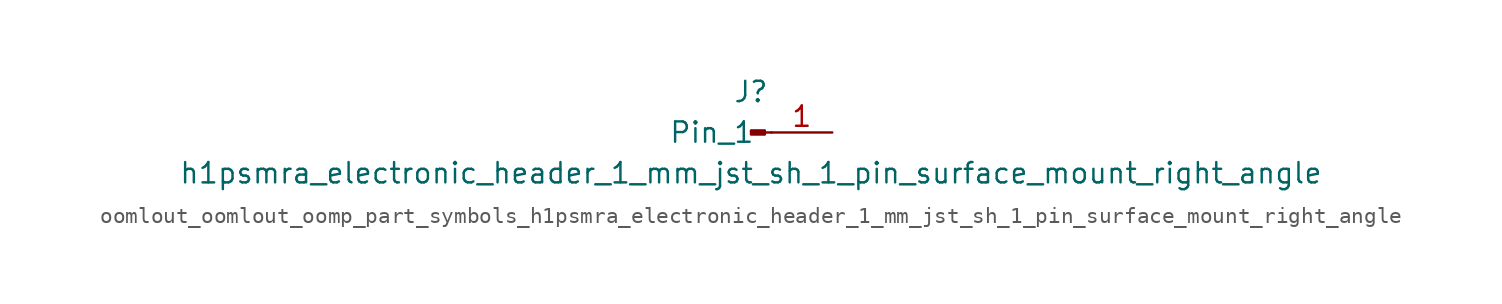
<source format=kicad_sym>
(kicad_symbol_lib
  (version 20220914)
  (generator kicad_symbol_editor)
  (symbol "oomlout_oomlout_oomp_part_symbols_h1psmra_electronic_header_1_mm_jst_sh_1_pin_surface_mount_right_angle"
    (pin_names
      (offset 1.016))
    (property "Reference" "J"
      (at 0 2.54 0)
      (effects (font (size 1.27 1.27))))
    (property "Value" "h1psmra_electronic_header_1_mm_jst_sh_1_pin_surface_mount_right_angle"
      (at 0 -2.54 0)
      (effects (font (size 1.27 1.27))))
    (property "ki_locked" ""
      (at 0 0 0)
      (effects (font (size 1.27 1.27))))
    (symbol "oomlout_oomlout_oomp_part_symbols_h1psmra_electronic_header_1_mm_jst_sh_1_pin_surface_mount_right_angle_1_1"
      (polyline (pts (xy 1.27 0) (xy 0.864 0)) (stroke (width 0.152) (type default)) (fill (type none)))
      (rectangle (start 0.864 0.127) (end 0 -0.127) (stroke (width 0.152) (type default)) (fill (type outline)))
      (pin passive line (at 5.08 0 180) (length 3.81) (name "Pin_1" (effects (font (size 1.27 1.27)))) (number "1" (effects (font (size 1.27 1.27))))))))
</source>
